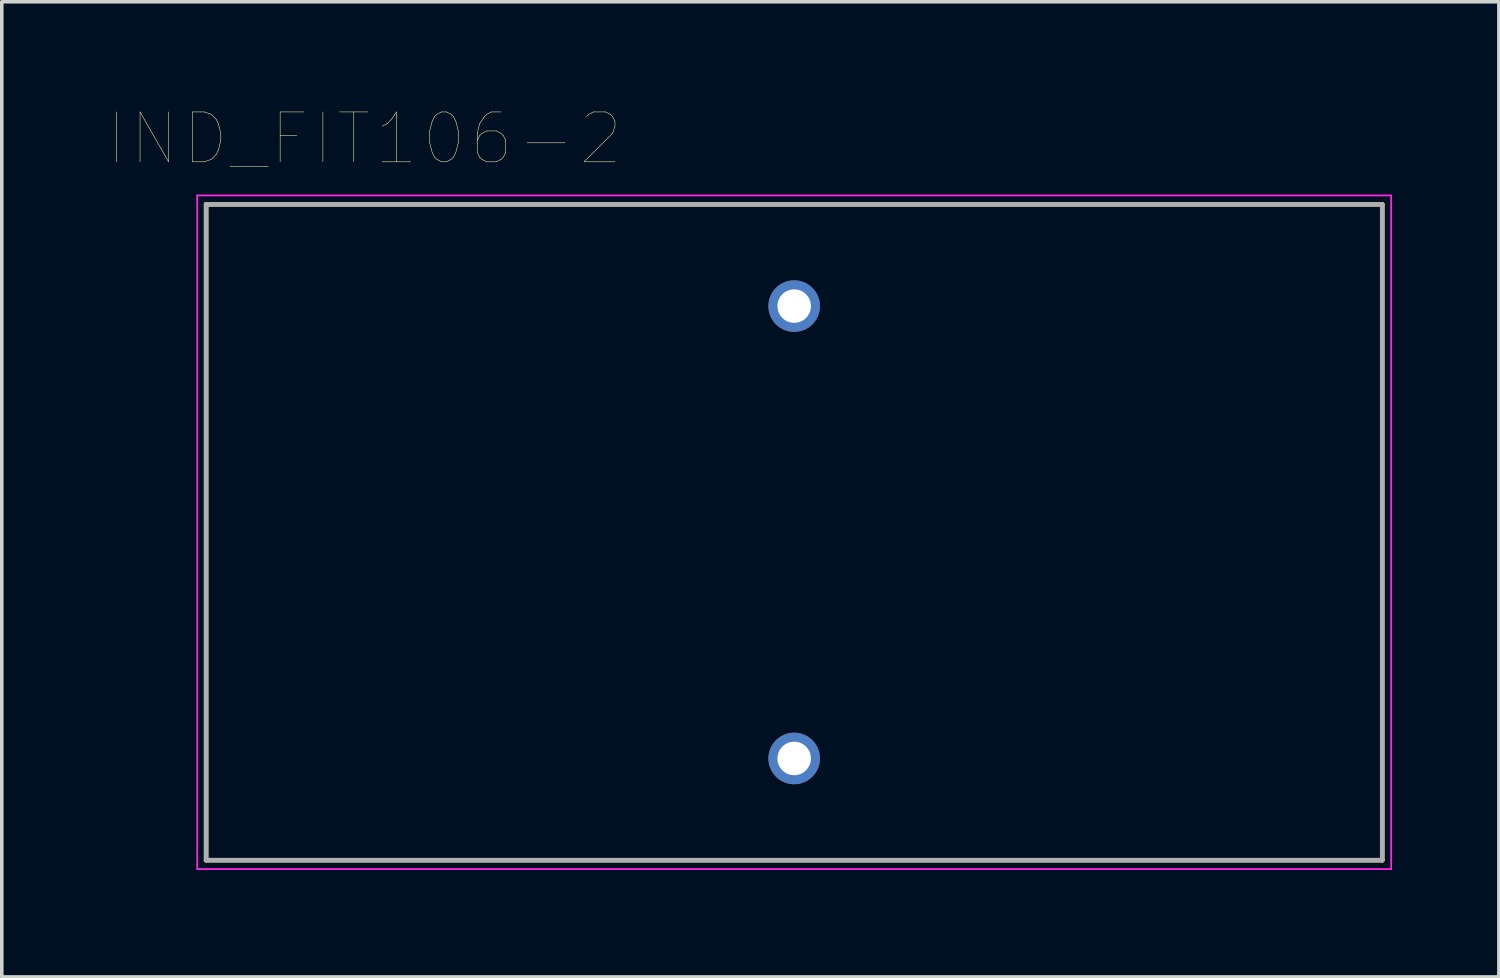
<source format=kicad_pcb>
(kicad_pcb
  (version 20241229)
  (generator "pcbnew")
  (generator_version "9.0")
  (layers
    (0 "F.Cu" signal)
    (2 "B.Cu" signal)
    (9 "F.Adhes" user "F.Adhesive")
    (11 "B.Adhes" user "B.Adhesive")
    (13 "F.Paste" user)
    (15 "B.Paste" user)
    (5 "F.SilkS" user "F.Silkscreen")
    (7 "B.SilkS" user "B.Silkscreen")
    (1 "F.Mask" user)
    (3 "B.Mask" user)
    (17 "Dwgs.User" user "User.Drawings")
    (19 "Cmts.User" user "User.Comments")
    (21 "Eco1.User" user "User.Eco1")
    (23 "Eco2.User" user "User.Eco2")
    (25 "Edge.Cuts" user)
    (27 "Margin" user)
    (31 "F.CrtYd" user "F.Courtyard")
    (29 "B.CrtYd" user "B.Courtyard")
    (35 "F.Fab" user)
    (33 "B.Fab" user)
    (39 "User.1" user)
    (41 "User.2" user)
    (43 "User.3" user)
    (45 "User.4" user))
  (footprint "IND_FIT106-2"
    (layer "F.Cu")
    (at 19.247 11.894)
    (property "Reference" "IND_FIT106-2" (at -12.065 -11.049 0) (layer "F.SilkS") (effects (font (size 1.4 1.4) (thickness 0.015))))
    (attr through_hole)
    (fp_line (start -16.51 -9.207) (end 16.51 -9.207) (stroke (width 0.127) (type solid)) (layer "F.SilkS"))
    (fp_line (start -16.51 9.207) (end -16.51 -9.207) (stroke (width 0.127) (type solid)) (layer "F.SilkS"))
    (fp_line (start 16.51 -9.207) (end 16.51 9.207) (stroke (width 0.127) (type solid)) (layer "F.SilkS"))
    (fp_line (start 16.51 9.207) (end -16.51 9.207) (stroke (width 0.127) (type solid)) (layer "F.SilkS"))
    (fp_line (start -16.76 -9.457) (end 16.76 -9.457) (stroke (width 0.05) (type solid)) (layer "F.CrtYd"))
    (fp_line (start -16.76 9.457) (end -16.76 -9.457) (stroke (width 0.05) (type solid)) (layer "F.CrtYd"))
    (fp_line (start 16.76 -9.457) (end 16.76 9.457) (stroke (width 0.05) (type solid)) (layer "F.CrtYd"))
    (fp_line (start 16.76 9.457) (end -16.76 9.457) (stroke (width 0.05) (type solid)) (layer "F.CrtYd"))
    (fp_line (start -16.51 -9.207) (end 16.51 -9.207) (stroke (width 0.127) (type solid)) (layer "F.Fab"))
    (fp_line (start -16.51 9.207) (end -16.51 -9.207) (stroke (width 0.127) (type solid)) (layer "F.Fab"))
    (fp_line (start 16.51 -9.207) (end 16.51 9.207) (stroke (width 0.127) (type solid)) (layer "F.Fab"))
    (fp_line (start 16.51 9.207) (end -16.51 9.207) (stroke (width 0.127) (type solid)) (layer "F.Fab"))
    (pad "1" thru_hole circle (at 0 -6.35) (size 1.448 1.448) (drill 0.94) (layers "*.Cu" "*.Mask"))
    (pad "2" thru_hole circle (at 0 6.35) (size 1.448 1.448) (drill 0.94) (layers "*.Cu" "*.Mask")))
  (gr_rect
    (start -3 -3)
    (end 39.032 24.377)
    (stroke (width 0.1) (type default))
    (fill no)
    (layer "Edge.Cuts")))
</source>
